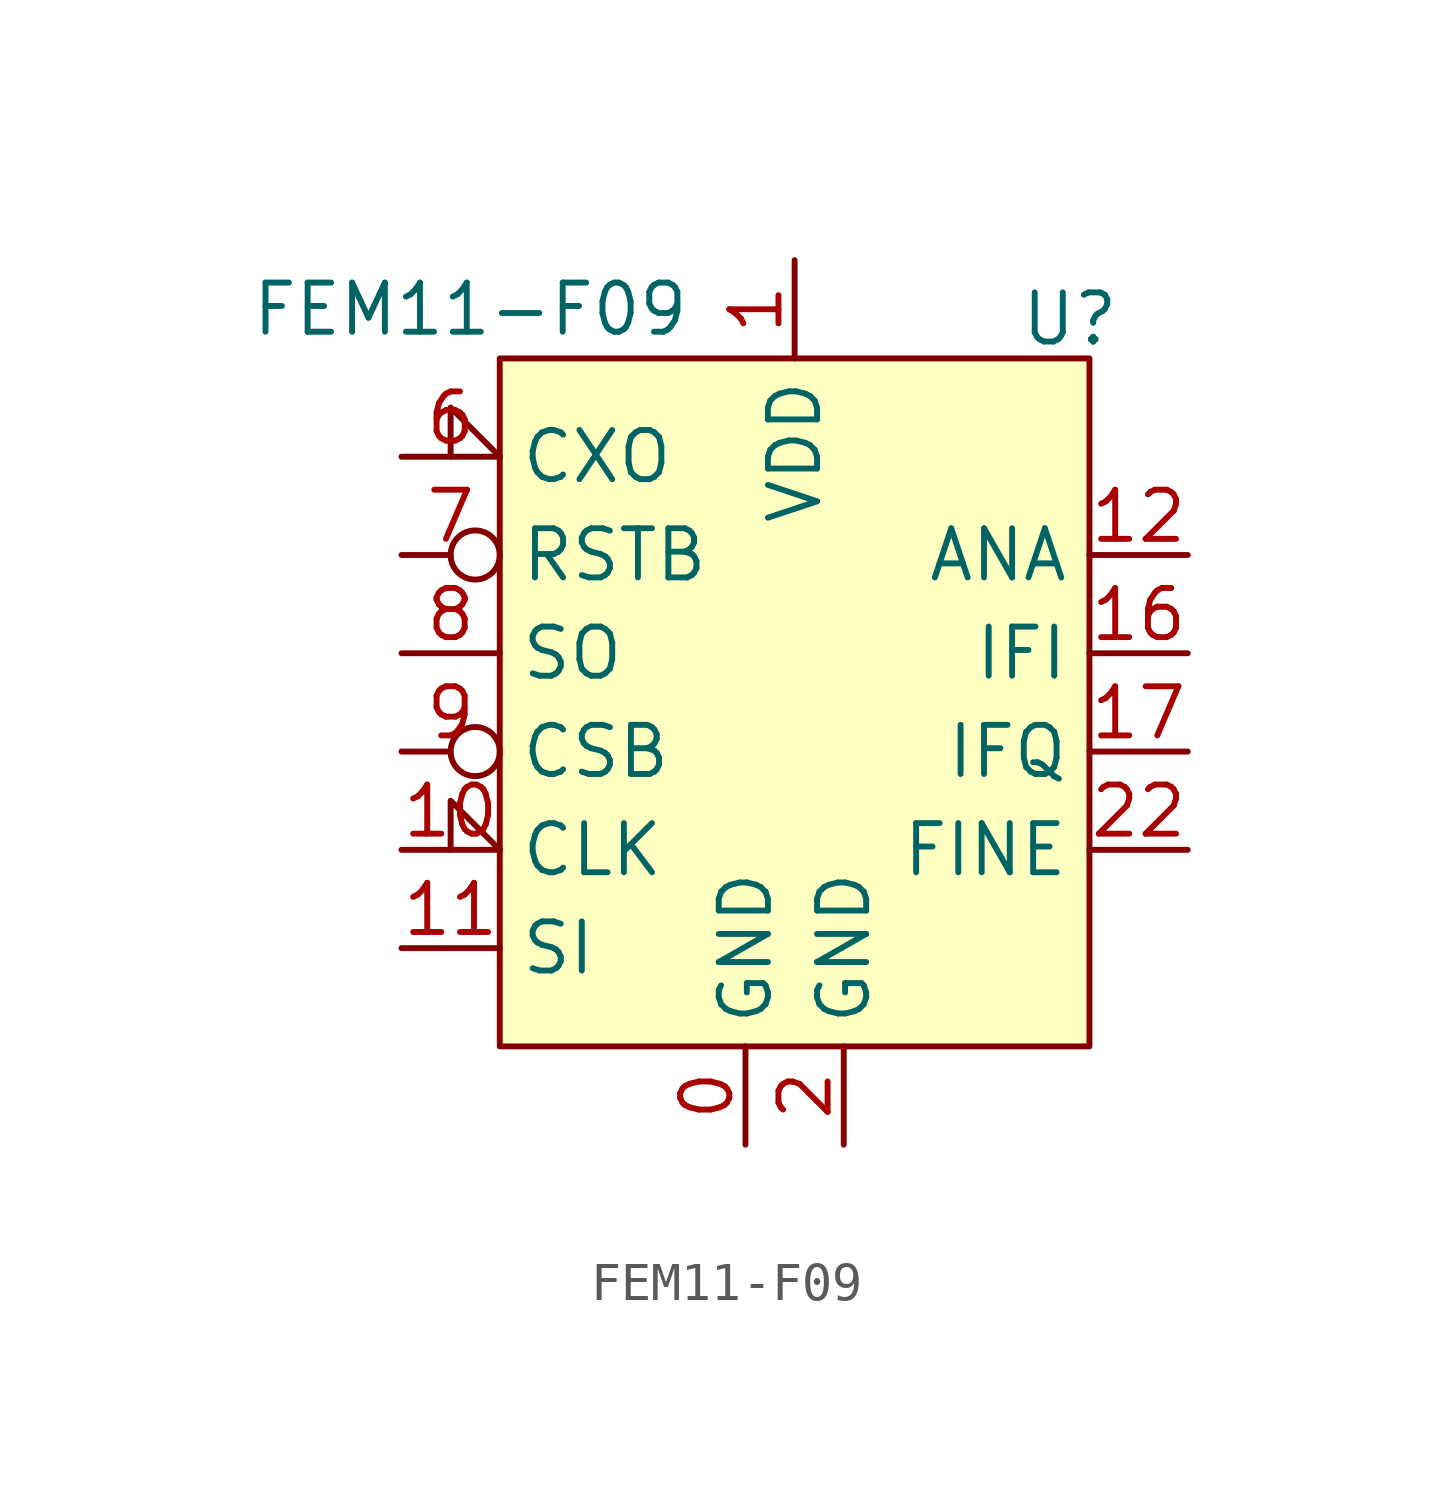
<source format=kicad_sym>
(kicad_symbol_lib
  (version 20231120)
  (generator "kicad_symbol_editor")
  (generator_version "8.0")
  (symbol "FEM11-F09"
    (property "Reference" "U"
      (at 7.112 11.176 0)
      (effects (font (size 1.27 1.27))))
    (property "Value" "FEM11-F09"
      (at -8.382 11.43 0)
      (effects (font (size 1.27 1.27))))
    (symbol "FEM11-F09_1_1"
      (rectangle (start -7.62 10.16) (end 7.62 -7.62) (stroke (width 0) (type default)) (fill (type background)))
      (pin power_in line (at -1.27 -10.16 90) (length 2.54) (name "GND" (effects (font (size 1.27 1.27)))) (number "0" (effects (font (size 1.27 1.27)))))
      (pin power_in line (at 0 12.7 270) (length 2.54) (name "VDD" (effects (font (size 1.27 1.27)))) (number "1" (effects (font (size 1.27 1.27)))))
      (pin input input_low (at -10.16 -2.54 0) (length 2.54) (name "CLK" (effects (font (size 1.27 1.27)))) (number "10" (effects (font (size 1.27 1.27)))))
      (pin input line (at -10.16 -5.08 0) (length 2.54) (name "SI" (effects (font (size 1.27 1.27)))) (number "11" (effects (font (size 1.27 1.27)))))
      (pin output line (at 10.16 5.08 180) (length 2.54) (name "ANA" (effects (font (size 1.27 1.27)))) (number "12" (effects (font (size 1.27 1.27)))))
      (pin power_in line (at 1.27 -10.16 90) (length 2.54) hide (name "GND" (effects (font (size 1.27 1.27)))) (number "13" (effects (font (size 1.27 1.27)))))
      (pin power_in line (at 0 12.7 270) (length 2.54) hide (name "VDD" (effects (font (size 1.27 1.27)))) (number "14" (effects (font (size 1.27 1.27)))))
      (pin power_in line (at 1.27 -10.16 90) (length 2.54) hide (name "GND" (effects (font (size 1.27 1.27)))) (number "15" (effects (font (size 1.27 1.27)))))
      (pin output line (at 10.16 2.54 180) (length 2.54) (name "IFI" (effects (font (size 1.27 1.27)))) (number "16" (effects (font (size 1.27 1.27)))))
      (pin output line (at 10.16 0 180) (length 2.54) (name "IFQ" (effects (font (size 1.27 1.27)))) (number "17" (effects (font (size 1.27 1.27)))))
      (pin power_in line (at 1.27 -10.16 90) (length 2.54) hide (name "GND" (effects (font (size 1.27 1.27)))) (number "18" (effects (font (size 1.27 1.27)))))
      (pin power_in line (at 0 12.7 270) (length 2.54) hide (name "VDD" (effects (font (size 1.27 1.27)))) (number "19" (effects (font (size 1.27 1.27)))))
      (pin power_in line (at 1.27 -10.16 90) (length 2.54) (name "GND" (effects (font (size 1.27 1.27)))) (number "2" (effects (font (size 1.27 1.27)))))
      (pin power_in line (at 1.27 -10.16 90) (length 2.54) hide (name "GND" (effects (font (size 1.27 1.27)))) (number "20" (effects (font (size 1.27 1.27)))))
      (pin power_in line (at 1.27 -10.16 90) (length 2.54) hide (name "GND" (effects (font (size 1.27 1.27)))) (number "21" (effects (font (size 1.27 1.27)))))
      (pin bidirectional line (at 10.16 -2.54 180) (length 2.54) (name "FINE" (effects (font (size 1.27 1.27)))) (number "22" (effects (font (size 1.27 1.27)))))
      (pin no_connect line (at 3.81 -10.16 90) (length 2.54) hide (name "NC" (effects (font (size 1.27 1.27)))) (number "3" (effects (font (size 1.27 1.27)))))
      (pin no_connect line (at 3.81 -10.16 90) (length 2.54) hide (name "NC" (effects (font (size 1.27 1.27)))) (number "4" (effects (font (size 1.27 1.27)))))
      (pin power_in line (at 1.27 -10.16 90) (length 2.54) hide (name "GND" (effects (font (size 1.27 1.27)))) (number "5" (effects (font (size 1.27 1.27)))))
      (pin input input_low (at -10.16 7.62 0) (length 2.54) (name "CXO" (effects (font (size 1.27 1.27)))) (number "6" (effects (font (size 1.27 1.27)))))
      (pin input inverted (at -10.16 5.08 0) (length 2.54) (name "RSTB" (effects (font (size 1.27 1.27)))) (number "7" (effects (font (size 1.27 1.27)))))
      (pin output line (at -10.16 2.54 0) (length 2.54) (name "SO" (effects (font (size 1.27 1.27)))) (number "8" (effects (font (size 1.27 1.27)))))
      (pin input inverted (at -10.16 0 0) (length 2.54) (name "CSB" (effects (font (size 1.27 1.27)))) (number "9" (effects (font (size 1.27 1.27))))))))
</source>
